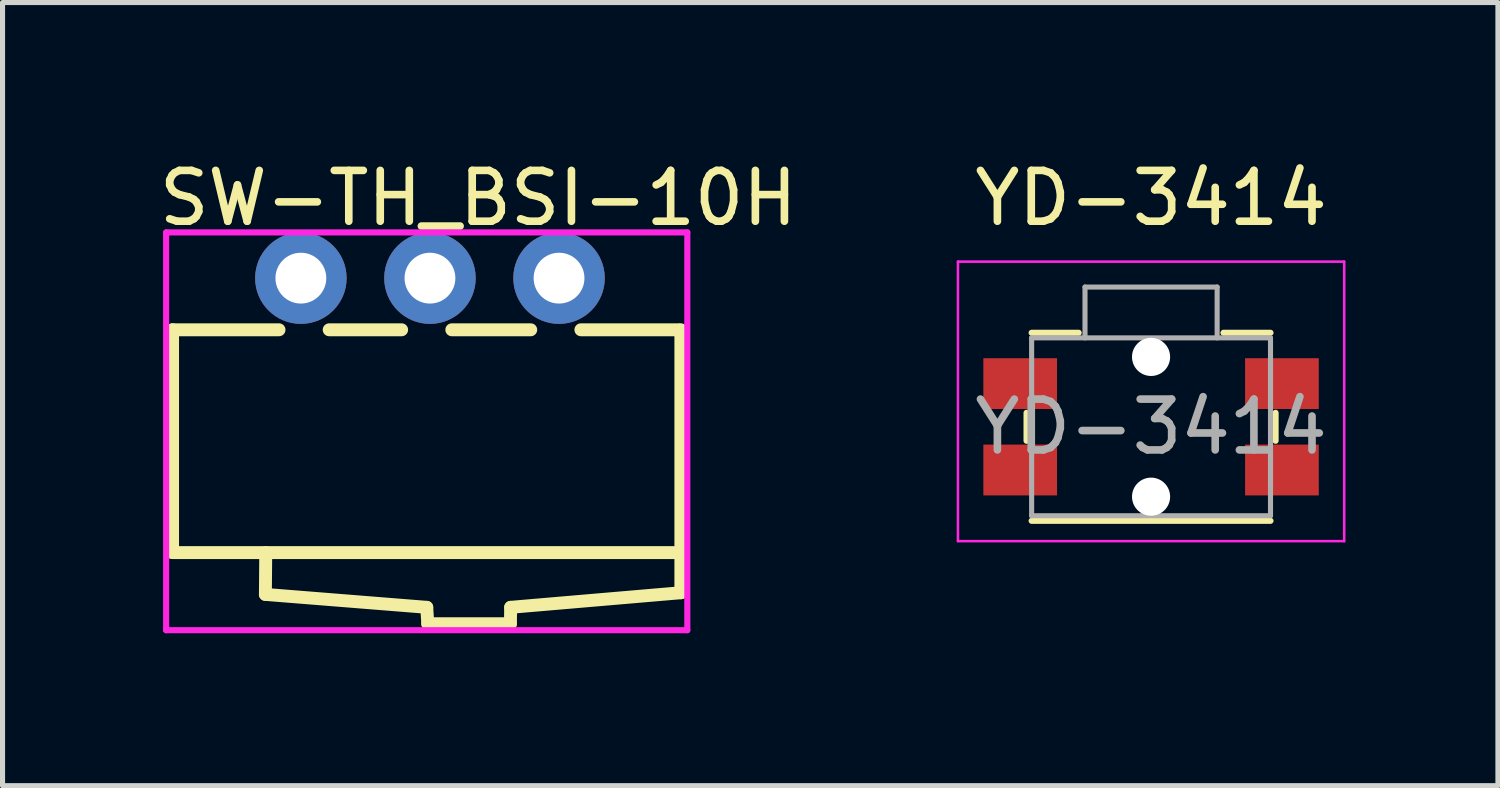
<source format=kicad_pcb>
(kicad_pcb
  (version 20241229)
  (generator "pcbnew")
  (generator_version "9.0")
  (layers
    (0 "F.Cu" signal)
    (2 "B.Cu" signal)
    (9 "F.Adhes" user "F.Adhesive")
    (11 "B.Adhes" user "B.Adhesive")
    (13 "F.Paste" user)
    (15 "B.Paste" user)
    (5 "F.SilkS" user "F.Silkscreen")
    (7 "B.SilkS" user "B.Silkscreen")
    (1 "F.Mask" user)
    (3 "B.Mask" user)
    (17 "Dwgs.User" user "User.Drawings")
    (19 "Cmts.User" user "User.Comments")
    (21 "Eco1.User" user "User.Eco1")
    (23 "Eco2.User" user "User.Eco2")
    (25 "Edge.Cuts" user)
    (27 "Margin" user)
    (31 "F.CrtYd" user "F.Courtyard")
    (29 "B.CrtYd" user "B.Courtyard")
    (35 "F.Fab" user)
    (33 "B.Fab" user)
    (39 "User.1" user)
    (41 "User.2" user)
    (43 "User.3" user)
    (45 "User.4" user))
  (footprint "SW-TH_BSI-10H"
    (layer "F.Cu")
    (at 5.41 2.423)
    (property "Reference" "SW-TH_BSI-10H" (at -5.41 -1.575 0) (layer "F.SilkS") (effects (font (size 1 1) (thickness 0.15)) (justify left)))
    (attr through_hole)
    (fp_line (start -5.064 1.016) (end -2.97 1.016) (stroke (width 0.254) (type solid)) (layer "F.SilkS"))
    (fp_line (start -5.064 5.4) (end -5.064 1.016) (stroke (width 0.254) (type solid)) (layer "F.SilkS"))
    (fp_line (start -3.238 6.223) (end -3.231 5.4) (stroke (width 0.254) (type solid)) (layer "F.SilkS"))
    (fp_line (start -1.983 1.016) (end -0.557 1.016) (stroke (width 0.254) (type solid)) (layer "F.SilkS"))
    (fp_line (start -0.063 6.477) (end -3.238 6.223) (stroke (width 0.254) (type solid)) (layer "F.SilkS"))
    (fp_line (start -0.043 6.8) (end -0.063 6.477) (stroke (width 0.254) (type solid)) (layer "F.SilkS"))
    (fp_line (start 0.43 1.016) (end 1.983 1.016) (stroke (width 0.254) (type solid)) (layer "F.SilkS"))
    (fp_line (start 1.583 6.8) (end -0.043 6.8) (stroke (width 0.254) (type solid)) (layer "F.SilkS"))
    (fp_line (start 1.588 6.477) (end 1.583 6.8) (stroke (width 0.254) (type solid)) (layer "F.SilkS"))
    (fp_line (start 2.97 1.016) (end 4.89 1.016) (stroke (width 0.254) (type solid)) (layer "F.SilkS"))
    (fp_line (start 4.937 5.4) (end -5.064 5.4) (stroke (width 0.254) (type solid)) (layer "F.SilkS"))
    (fp_line (start 4.937 5.4) (end 4.937 1.016) (stroke (width 0.254) (type solid)) (layer "F.SilkS"))
    (fp_line (start 4.937 5.4) (end 4.937 6.19) (stroke (width 0.254) (type solid)) (layer "F.SilkS"))
    (fp_line (start 4.937 6.19) (end 1.588 6.477) (stroke (width 0.254) (type solid)) (layer "F.SilkS"))
    (fp_circle (center -2.54 0) (end -2.315 0) (stroke (width 0.45) (type solid)) (fill no) (layer "Eco2.User"))
    (fp_circle (center 0 0) (end 0.225 0) (stroke (width 0.45) (type solid)) (fill no) (layer "Eco2.User"))
    (fp_circle (center 2.54 0) (end 2.765 0) (stroke (width 0.45) (type solid)) (fill no) (layer "Eco2.User"))
    (fp_circle (center 5.064 -0.9) (end 5.094 -0.9) (stroke (width 0.06) (type solid)) (fill no) (layer "Eco2.User"))
    (fp_line (start -5.191 -0.9) (end 5.064 -0.9) (stroke (width 0.12) (type solid)) (layer "F.CrtYd"))
    (fp_line (start -5.191 6.927) (end -5.191 -0.9) (stroke (width 0.12) (type solid)) (layer "F.CrtYd"))
    (fp_line (start 5.064 -0.9) (end 5.064 6.927) (stroke (width 0.12) (type solid)) (layer "F.CrtYd"))
    (fp_line (start 5.064 6.927) (end -5.191 6.927) (stroke (width 0.12) (type solid)) (layer "F.CrtYd"))
    (pad "1" thru_hole circle (at -2.54 0 180) (size 1.8 1.8) (drill 1) (layers "*.Cu" "*.Mask"))
    (pad "2" thru_hole circle (at 0 0 180) (size 1.8 1.8) (drill 1) (layers "*.Cu" "*.Mask"))
    (pad "3" thru_hole circle (at 2.54 0 180) (size 1.8 1.8) (drill 1) (layers "*.Cu" "*.Mask")))
  (footprint "YD-3414"
    (layer "F.Cu")
    (at 19.599 5.348)
    (property "Reference" "YD-3414" (at 0 -4.5 0) (layer "F.SilkS") (effects (font (size 1 1) (thickness 0.15))))
    (attr smd)
    (fp_line (start -2.45 0.275) (end -2.45 -0.275) (stroke (width 0.12) (type solid)) (layer "F.SilkS"))
    (fp_line (start -1.425 -1.85) (end -2.35 -1.85) (stroke (width 0.12) (type solid)) (layer "F.SilkS"))
    (fp_line (start 2.35 -1.85) (end 1.425 -1.85) (stroke (width 0.12) (type solid)) (layer "F.SilkS"))
    (fp_line (start 2.35 1.85) (end -2.35 1.85) (stroke (width 0.12) (type solid)) (layer "F.SilkS"))
    (fp_line (start 2.45 0.275) (end 2.45 -0.275) (stroke (width 0.12) (type solid)) (layer "F.SilkS"))
    (fp_line (start -3.8 2.25) (end -3.8 -3.25) (stroke (width 0.05) (type solid)) (layer "F.CrtYd"))
    (fp_line (start 3.8 -3.25) (end -3.8 -3.25) (stroke (width 0.05) (type solid)) (layer "F.CrtYd"))
    (fp_line (start 3.8 2.25) (end -3.8 2.25) (stroke (width 0.05) (type solid)) (layer "F.CrtYd"))
    (fp_line (start 3.8 2.25) (end 3.8 -3.25) (stroke (width 0.05) (type solid)) (layer "F.CrtYd"))
    (fp_line (start -2.35 1.75) (end -2.35 -1.75) (stroke (width 0.1) (type solid)) (layer "F.Fab"))
    (fp_line (start -1.3 -2.75) (end -1.3 -1.75) (stroke (width 0.1) (type solid)) (layer "F.Fab"))
    (fp_line (start 1.3 -2.75) (end -1.3 -2.75) (stroke (width 0.1) (type solid)) (layer "F.Fab"))
    (fp_line (start 1.3 -2.75) (end 1.3 -1.75) (stroke (width 0.1) (type solid)) (layer "F.Fab"))
    (fp_line (start 2.35 -1.75) (end -2.35 -1.75) (stroke (width 0.1) (type solid)) (layer "F.Fab"))
    (fp_line (start 2.35 1.75) (end -2.35 1.75) (stroke (width 0.1) (type solid)) (layer "F.Fab"))
    (fp_line (start 2.35 1.75) (end 2.35 -1.75) (stroke (width 0.1) (type solid)) (layer "F.Fab"))
    (fp_text user "${REFERENCE}" (at 0 0 0) (layer "F.Fab") (effects (font (size 1 1) (thickness 0.15))))
    (pad "" np_thru_hole circle (at 0 -1.375 180) (size 0.75 0.75) (drill 0.75) (layers "*.Cu" "*.Mask"))
    (pad "" np_thru_hole circle (at 0 1.375 180) (size 0.75 0.75) (drill 0.75) (layers "*.Cu" "*.Mask"))
    (pad "1" smd rect (at -2.575 -0.85 180) (size 1.45 1) (layers "F.Cu" "F.Mask" "F.Paste"))
    (pad "1" smd rect (at 2.575 -0.85 180) (size 1.45 1) (layers "F.Cu" "F.Mask" "F.Paste"))
    (pad "2" smd rect (at -2.575 0.85 180) (size 1.45 1) (layers "F.Cu" "F.Mask" "F.Paste"))
    (pad "2" smd rect (at 2.575 0.85 180) (size 1.45 1) (layers "F.Cu" "F.Mask" "F.Paste")))
  (gr_rect
    (start -3 -3)
    (end 26.424 12.41)
    (stroke (width 0.1) (type default))
    (fill no)
    (layer "Edge.Cuts")))
</source>
